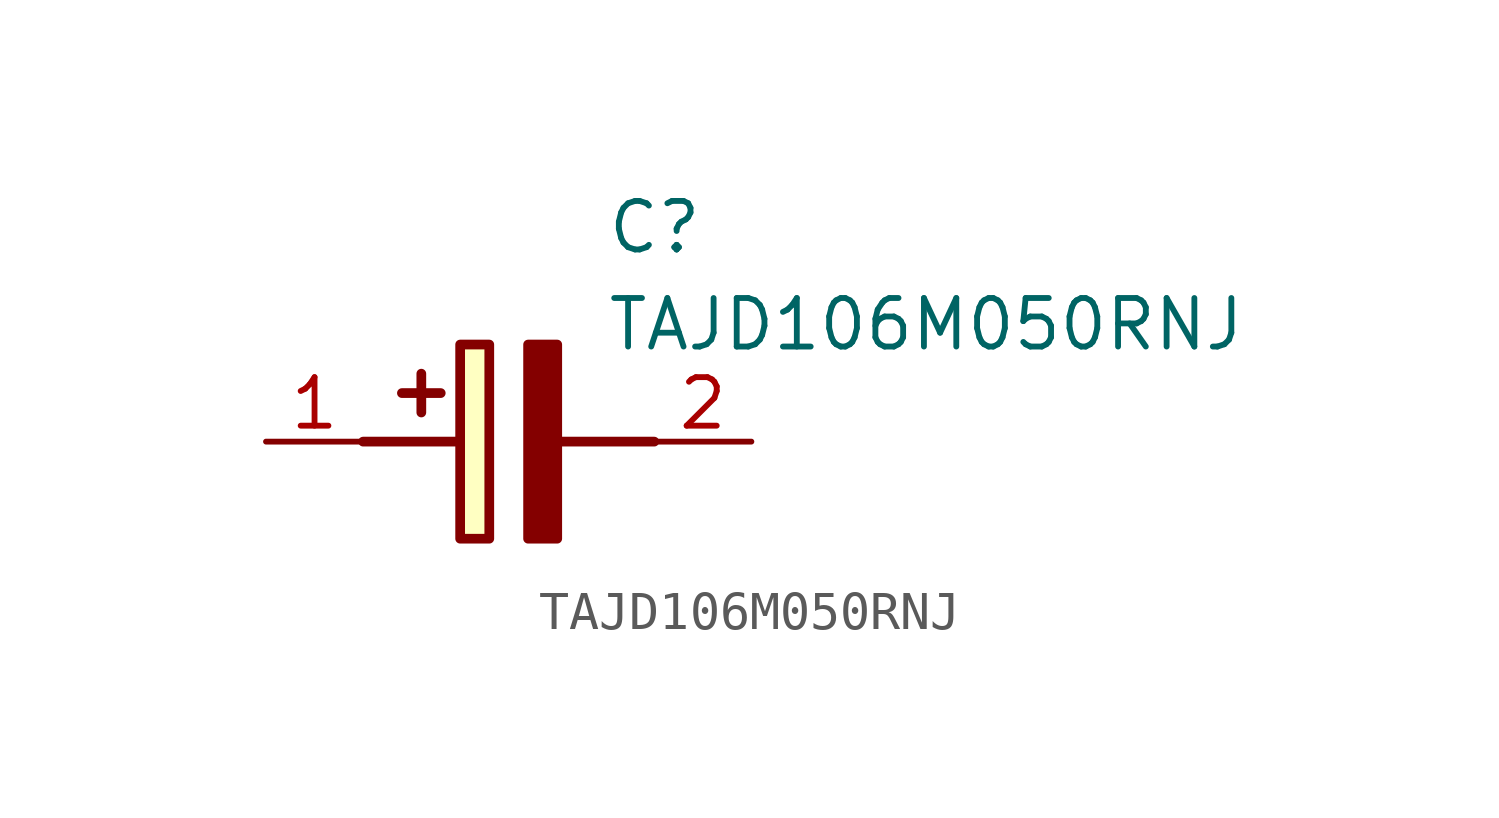
<source format=kicad_sym>
(kicad_symbol_lib
  (version 20211014)
  (generator SamacSys_ECAD_Model)
  (symbol "TAJD106M050RNJ"
    (pin_names hide)
    (property "Reference" "C"
      (at 8.89 6.35 0)
      (effects (font (size 1.27 1.27)) (justify left top)))
    (property "Value" "TAJD106M050RNJ"
      (at 8.89 3.81 0)
      (effects (font (size 1.27 1.27)) (justify left top)))
    (rectangle
      (start 5.08 2.54)
      (end 5.842 -2.54)
      (stroke (width 0.254) (type default))
      (fill (type background)))
    (polyline
      (pts (xy 4.572 1.27) (xy 3.556 1.27))
      (stroke (width 0.254) (type default))
      (fill (type none)))
    (polyline
      (pts (xy 4.064 1.778) (xy 4.064 0.762))
      (stroke (width 0.254) (type default))
      (fill (type none)))
    (polyline
      (pts (xy 2.54 0) (xy 5.08 0))
      (stroke (width 0.254) (type default))
      (fill (type none)))
    (polyline
      (pts (xy 7.62 0) (xy 10.16 0))
      (stroke (width 0.254) (type default))
      (fill (type none)))
    (polyline
      (pts (xy 7.62 2.54) (xy 7.62 -2.54) (xy 6.858 -2.54) (xy 6.858 2.54) (xy 7.62 2.54))
      (stroke (width 0.254) (type default))
      (fill (type outline)))
    (pin passive line
      (at 0 0 0)
      (length 2.54)
      (name "+" (effects (font (size 1.27 1.27))))
      (number "1" (effects (font (size 1.27 1.27)))))
    (pin passive line
      (at 12.7 0 180)
      (length 2.54)
      (name "-" (effects (font (size 1.27 1.27))))
      (number "2" (effects (font (size 1.27 1.27)))))))
</source>
